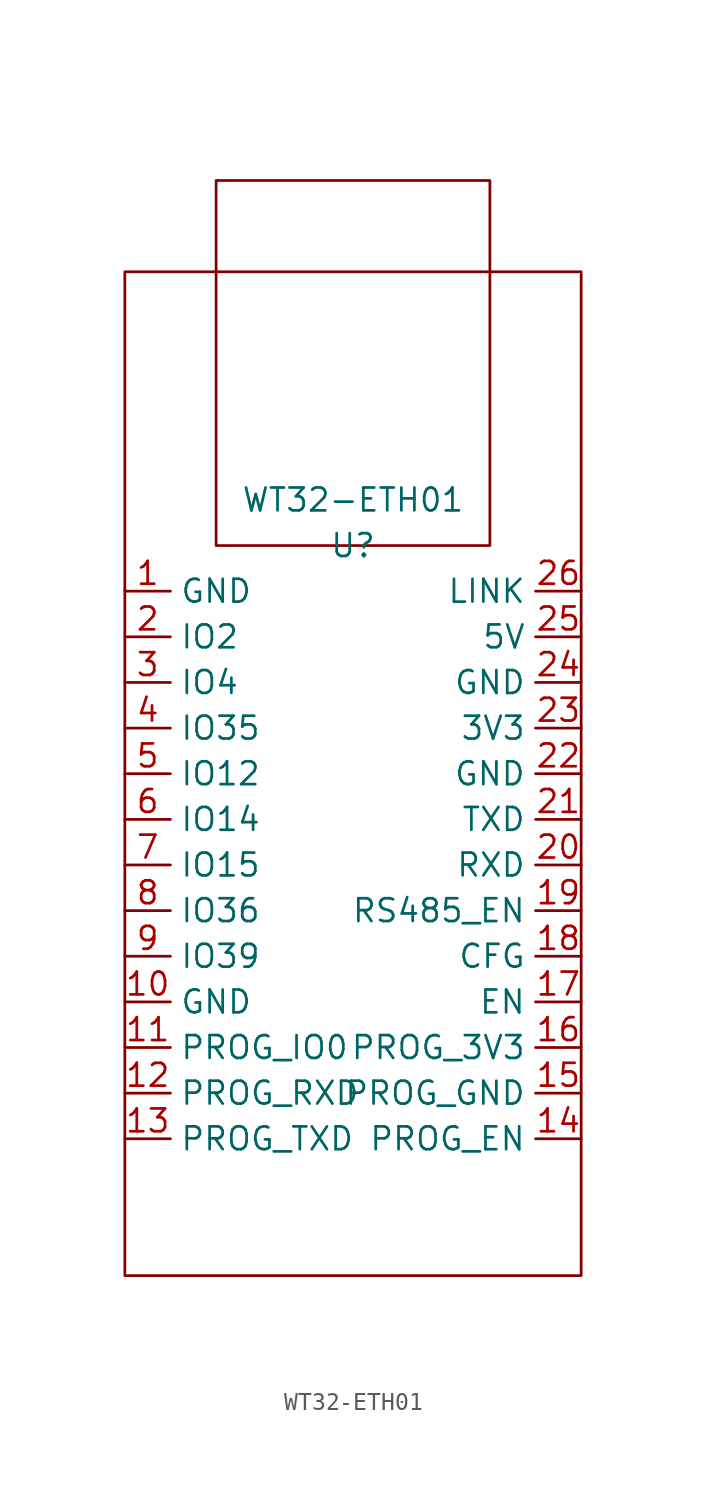
<source format=kicad_sym>
(kicad_symbol_lib
  (version 20211014)
  (generator kicad_symbol_editor)
  (symbol "WT32-ETH01"
    (property "Reference" "U"
      (at 0 15.24 0)
      (effects (font (size 1.27 1.27))))
    (property "Value" "WT32-ETH01"
      (at 0 17.78 0)
      (effects (font (size 1.27 1.27))))
    (symbol "WT32-ETH01_0_1"
      (rectangle (start -12.7 30.48) (end 12.7 -25.4) (stroke (width 0) (type default) (color 0 0 0 0)) (fill (type none)))
      (rectangle (start 7.62 15.24) (end -7.62 35.56) (stroke (width 0) (type default) (color 0 0 0 0)) (fill (type none))))
    (symbol "WT32-ETH01_1_1"
      (pin bidirectional line (at -12.7 12.7 0) (length 2.54) (name "GND" (effects (font (size 1.27 1.27)))) (number "1" (effects (font (size 1.27 1.27)))))
      (pin bidirectional line (at -12.7 -10.16 0) (length 2.54) (name "GND" (effects (font (size 1.27 1.27)))) (number "10" (effects (font (size 1.27 1.27)))))
      (pin bidirectional line (at -12.7 -12.7 0) (length 2.54) (name "PROG_IO0" (effects (font (size 1.27 1.27)))) (number "11" (effects (font (size 1.27 1.27)))))
      (pin bidirectional line (at -12.7 -15.24 0) (length 2.54) (name "PROG_RXD" (effects (font (size 1.27 1.27)))) (number "12" (effects (font (size 1.27 1.27)))))
      (pin bidirectional line (at -12.7 -17.78 0) (length 2.54) (name "PROG_TXD" (effects (font (size 1.27 1.27)))) (number "13" (effects (font (size 1.27 1.27)))))
      (pin bidirectional line (at 12.7 -17.78 180) (length 2.54) (name "PROG_EN" (effects (font (size 1.27 1.27)))) (number "14" (effects (font (size 1.27 1.27)))))
      (pin bidirectional line (at 12.7 -15.24 180) (length 2.54) (name "PROG_GND" (effects (font (size 1.27 1.27)))) (number "15" (effects (font (size 1.27 1.27)))))
      (pin bidirectional line (at 12.7 -12.7 180) (length 2.54) (name "PROG_3V3" (effects (font (size 1.27 1.27)))) (number "16" (effects (font (size 1.27 1.27)))))
      (pin bidirectional line (at 12.7 -10.16 180) (length 2.54) (name "EN" (effects (font (size 1.27 1.27)))) (number "17" (effects (font (size 1.27 1.27)))))
      (pin bidirectional line (at 12.7 -7.62 180) (length 2.54) (name "CFG" (effects (font (size 1.27 1.27)))) (number "18" (effects (font (size 1.27 1.27)))))
      (pin input line (at 12.7 -5.08 180) (length 2.54) (name "RS485_EN" (effects (font (size 1.27 1.27)))) (number "19" (effects (font (size 1.27 1.27)))))
      (pin bidirectional line (at -12.7 10.16 0) (length 2.54) (name "IO2" (effects (font (size 1.27 1.27)))) (number "2" (effects (font (size 1.27 1.27)))))
      (pin bidirectional line (at 12.7 -2.54 180) (length 2.54) (name "RXD" (effects (font (size 1.27 1.27)))) (number "20" (effects (font (size 1.27 1.27)))))
      (pin bidirectional line (at 12.7 0 180) (length 2.54) (name "TXD" (effects (font (size 1.27 1.27)))) (number "21" (effects (font (size 1.27 1.27)))))
      (pin bidirectional line (at 12.7 2.54 180) (length 2.54) (name "GND" (effects (font (size 1.27 1.27)))) (number "22" (effects (font (size 1.27 1.27)))))
      (pin bidirectional line (at 12.7 5.08 180) (length 2.54) (name "3V3" (effects (font (size 1.27 1.27)))) (number "23" (effects (font (size 1.27 1.27)))))
      (pin bidirectional line (at 12.7 7.62 180) (length 2.54) (name "GND" (effects (font (size 1.27 1.27)))) (number "24" (effects (font (size 1.27 1.27)))))
      (pin input line (at 12.7 10.16 180) (length 2.54) (name "5V" (effects (font (size 1.27 1.27)))) (number "25" (effects (font (size 1.27 1.27)))))
      (pin output line (at 12.7 12.7 180) (length 2.54) (name "LINK" (effects (font (size 1.27 1.27)))) (number "26" (effects (font (size 1.27 1.27)))))
      (pin bidirectional line (at -12.7 7.62 0) (length 2.54) (name "IO4" (effects (font (size 1.27 1.27)))) (number "3" (effects (font (size 1.27 1.27)))))
      (pin input line (at -12.7 5.08 0) (length 2.54) (name "IO35" (effects (font (size 1.27 1.27)))) (number "4" (effects (font (size 1.27 1.27)))))
      (pin bidirectional line (at -12.7 2.54 0) (length 2.54) (name "IO12" (effects (font (size 1.27 1.27)))) (number "5" (effects (font (size 1.27 1.27)))))
      (pin bidirectional line (at -12.7 0 0) (length 2.54) (name "IO14" (effects (font (size 1.27 1.27)))) (number "6" (effects (font (size 1.27 1.27)))))
      (pin bidirectional line (at -12.7 -2.54 0) (length 2.54) (name "IO15" (effects (font (size 1.27 1.27)))) (number "7" (effects (font (size 1.27 1.27)))))
      (pin input line (at -12.7 -5.08 0) (length 2.54) (name "IO36" (effects (font (size 1.27 1.27)))) (number "8" (effects (font (size 1.27 1.27)))))
      (pin input line (at -12.7 -7.62 0) (length 2.54) (name "IO39" (effects (font (size 1.27 1.27)))) (number "9" (effects (font (size 1.27 1.27))))))))
</source>
